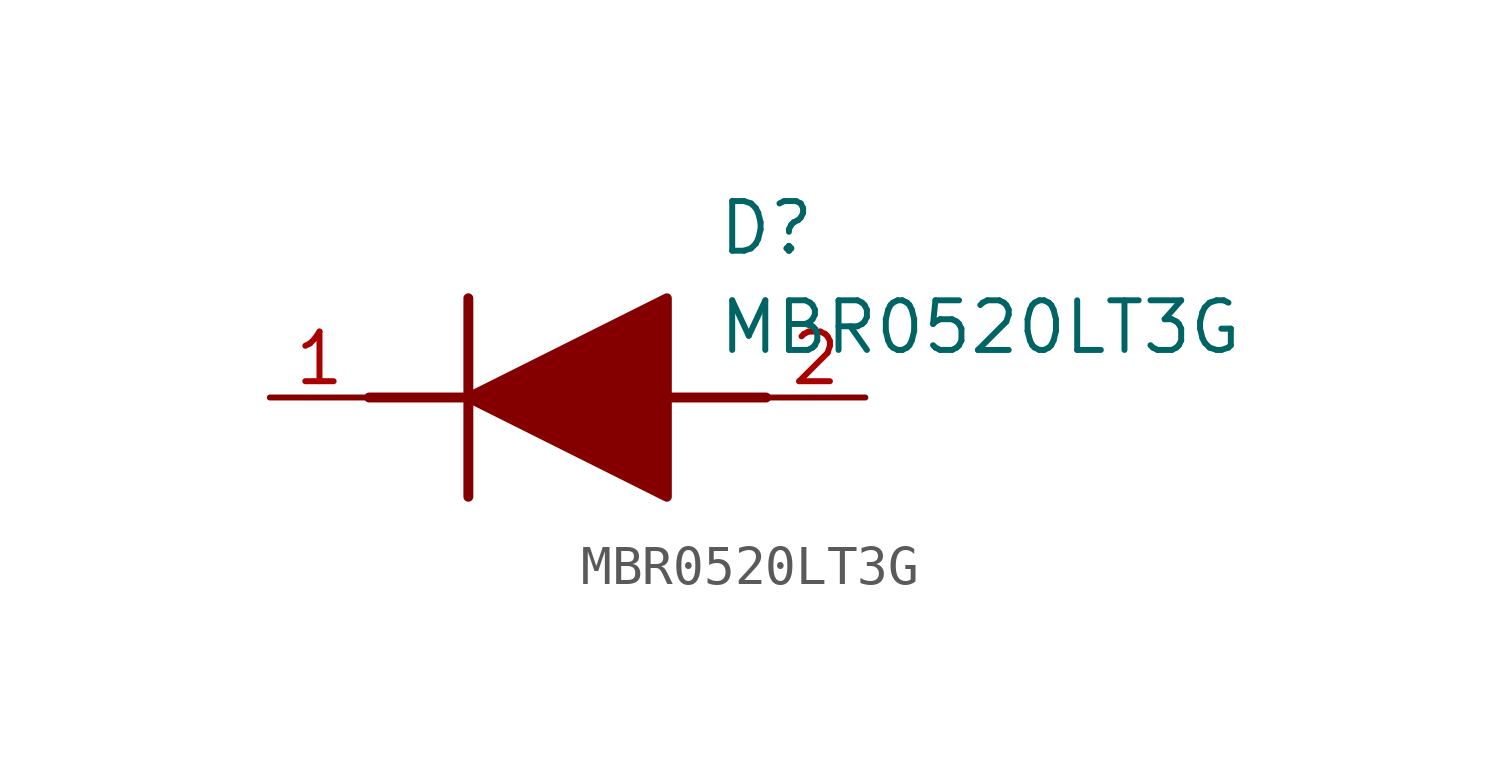
<source format=kicad_sym>
(kicad_symbol_lib
  (version 20211014)
  (generator SamacSys_ECAD_Model)
  (symbol "MBR0520LT3G"
    (pin_names hide)
    (property "Reference" "D"
      (at 11.43 5.08 0)
      (effects (font (size 1.27 1.27)) (justify left top)))
    (property "Value" "MBR0520LT3G"
      (at 11.43 2.54 0)
      (effects (font (size 1.27 1.27)) (justify left top)))
    (polyline
      (pts (xy 5.08 2.54) (xy 5.08 -2.54))
      (stroke (width 0.254) (type default))
      (fill (type none)))
    (polyline
      (pts (xy 2.54 0) (xy 5.08 0))
      (stroke (width 0.254) (type default))
      (fill (type none)))
    (polyline
      (pts (xy 10.16 0) (xy 12.7 0))
      (stroke (width 0.254) (type default))
      (fill (type none)))
    (polyline
      (pts (xy 5.08 0) (xy 10.16 2.54) (xy 10.16 -2.54) (xy 5.08 0))
      (stroke (width 0.254) (type default))
      (fill (type outline)))
    (pin passive line
      (at 0 0 0)
      (length 2.54)
      (name "K" (effects (font (size 1.27 1.27))))
      (number "1" (effects (font (size 1.27 1.27)))))
    (pin passive line
      (at 15.24 0 180)
      (length 2.54)
      (name "A" (effects (font (size 1.27 1.27))))
      (number "2" (effects (font (size 1.27 1.27)))))))
</source>
